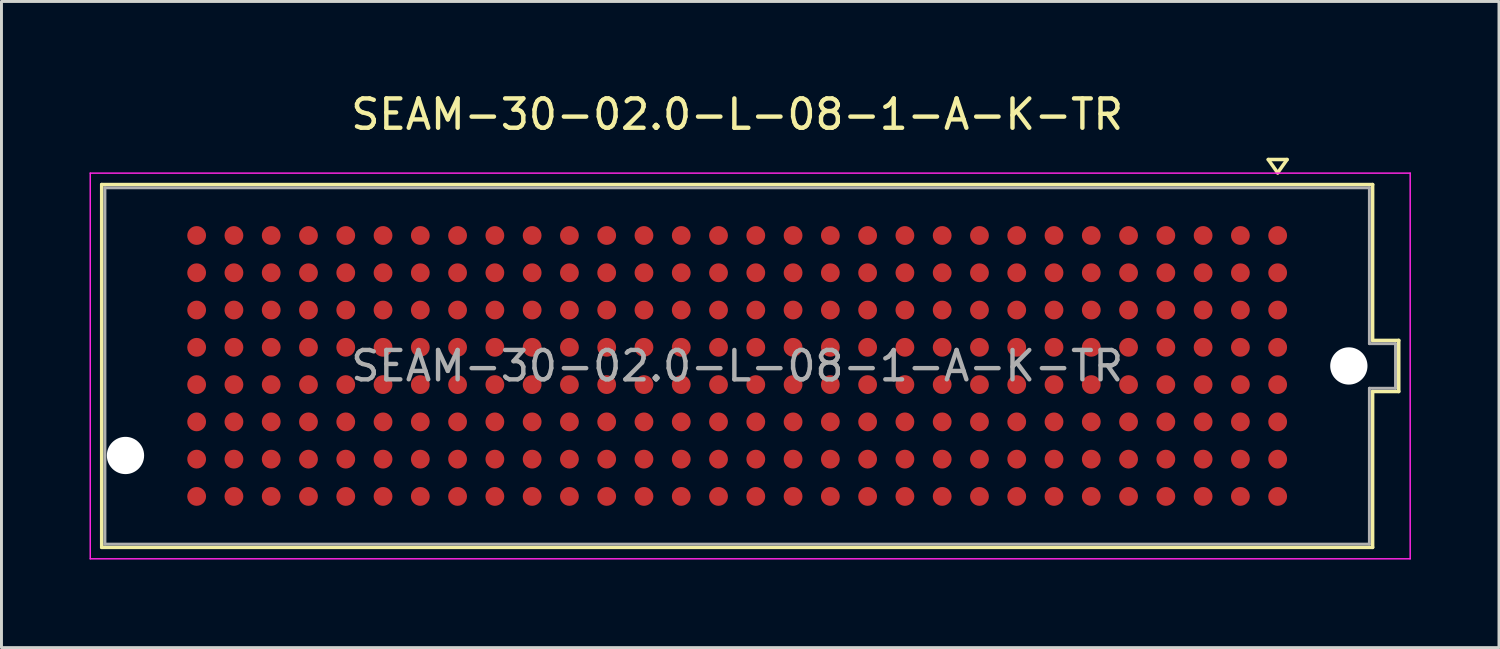
<source format=kicad_pcb>
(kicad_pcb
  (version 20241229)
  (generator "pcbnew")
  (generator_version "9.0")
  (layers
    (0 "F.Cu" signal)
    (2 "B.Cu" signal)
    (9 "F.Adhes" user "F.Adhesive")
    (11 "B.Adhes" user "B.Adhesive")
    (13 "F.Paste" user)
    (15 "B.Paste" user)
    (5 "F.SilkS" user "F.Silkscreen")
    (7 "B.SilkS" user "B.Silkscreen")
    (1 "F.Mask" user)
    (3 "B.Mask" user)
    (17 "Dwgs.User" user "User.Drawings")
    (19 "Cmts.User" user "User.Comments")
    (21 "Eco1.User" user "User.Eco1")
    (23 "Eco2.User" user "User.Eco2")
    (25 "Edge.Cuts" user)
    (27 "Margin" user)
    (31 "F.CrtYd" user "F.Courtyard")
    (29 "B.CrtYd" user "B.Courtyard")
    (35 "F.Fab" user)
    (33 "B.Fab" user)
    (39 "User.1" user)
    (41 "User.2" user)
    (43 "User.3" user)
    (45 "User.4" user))
  (footprint "SEAM-30-02.0-L-08-1-A-K-TR"
    (layer "F.Cu")
    (at 22.065 9.418)
    (property "Reference" "SEAM-30-02.0-L-08-1-A-K-TR" (at 0 -8.57 0) (layer "F.SilkS") (effects (font (size 1 1) (thickness 0.15))))
    (attr smd)
    (fp_line (start -21.65 -6.18) (end 21.65 -6.18) (stroke (width 0.12) (type solid)) (layer "F.SilkS"))
    (fp_line (start -21.65 6.18) (end -21.65 -6.18) (stroke (width 0.12) (type solid)) (layer "F.SilkS"))
    (fp_line (start 18.095 -7.033) (end 18.735 -7.033) (stroke (width 0.12) (type solid)) (layer "F.SilkS"))
    (fp_line (start 18.415 -6.58) (end 18.095 -7.033) (stroke (width 0.12) (type solid)) (layer "F.SilkS"))
    (fp_line (start 18.735 -7.033) (end 18.415 -6.58) (stroke (width 0.12) (type solid)) (layer "F.SilkS"))
    (fp_line (start 21.65 -6.18) (end 21.65 -0.87) (stroke (width 0.12) (type solid)) (layer "F.SilkS"))
    (fp_line (start 21.65 -0.87) (end 22.54 -0.87) (stroke (width 0.12) (type solid)) (layer "F.SilkS"))
    (fp_line (start 21.65 0.87) (end 21.65 6.18) (stroke (width 0.12) (type solid)) (layer "F.SilkS"))
    (fp_line (start 21.65 6.18) (end -21.65 6.18) (stroke (width 0.12) (type solid)) (layer "F.SilkS"))
    (fp_line (start 22.54 -0.87) (end 22.54 0.87) (stroke (width 0.12) (type solid)) (layer "F.SilkS"))
    (fp_line (start 22.54 0.87) (end 21.65 0.87) (stroke (width 0.12) (type solid)) (layer "F.SilkS"))
    (fp_line (start -22.04 -6.57) (end -22.04 6.57) (stroke (width 0.05) (type solid)) (layer "F.CrtYd"))
    (fp_line (start -22.04 6.57) (end 22.93 6.57) (stroke (width 0.05) (type solid)) (layer "F.CrtYd"))
    (fp_line (start 22.93 -6.57) (end -22.04 -6.57) (stroke (width 0.05) (type solid)) (layer "F.CrtYd"))
    (fp_line (start 22.93 6.57) (end 22.93 -6.57) (stroke (width 0.05) (type solid)) (layer "F.CrtYd"))
    (fp_line (start -21.54 -6.07) (end 21.54 -6.07) (stroke (width 0.1) (type solid)) (layer "F.Fab"))
    (fp_line (start -21.54 6.07) (end -21.54 -6.07) (stroke (width 0.1) (type solid)) (layer "F.Fab"))
    (fp_line (start 21.54 -6.07) (end 21.54 -0.76) (stroke (width 0.1) (type solid)) (layer "F.Fab"))
    (fp_line (start 21.54 -0.76) (end 22.43 -0.76) (stroke (width 0.1) (type solid)) (layer "F.Fab"))
    (fp_line (start 21.54 0.76) (end 21.54 6.07) (stroke (width 0.1) (type solid)) (layer "F.Fab"))
    (fp_line (start 21.54 6.07) (end -21.54 6.07) (stroke (width 0.1) (type solid)) (layer "F.Fab"))
    (fp_line (start 22.43 -0.76) (end 22.43 0.76) (stroke (width 0.1) (type solid)) (layer "F.Fab"))
    (fp_line (start 22.43 0.76) (end 21.54 0.76) (stroke (width 0.1) (type solid)) (layer "F.Fab"))
    (fp_text user "${REFERENCE}" (at 0 0 0) (layer "F.Fab") (effects (font (size 1 1) (thickness 0.15))))
    (pad "" np_thru_hole circle (at -20.84 3.05) (size 1.27 1.27) (drill 1.27) (layers "*.Cu" "*.Mask"))
    (pad "" np_thru_hole circle (at 20.84 0) (size 1.27 1.27) (drill 1.27) (layers "*.Cu" "*.Mask"))
    (pad "A1" smd circle (at 18.415 -4.445) (size 0.64 0.64) (layers "F.Cu" "F.Mask" "F.Paste"))
    (pad "A2" smd circle (at 17.145 -4.445) (size 0.64 0.64) (layers "F.Cu" "F.Mask" "F.Paste"))
    (pad "A3" smd circle (at 15.875 -4.445) (size 0.64 0.64) (layers "F.Cu" "F.Mask" "F.Paste"))
    (pad "A4" smd circle (at 14.605 -4.445) (size 0.64 0.64) (layers "F.Cu" "F.Mask" "F.Paste"))
    (pad "A5" smd circle (at 13.335 -4.445) (size 0.64 0.64) (layers "F.Cu" "F.Mask" "F.Paste"))
    (pad "A6" smd circle (at 12.065 -4.445) (size 0.64 0.64) (layers "F.Cu" "F.Mask" "F.Paste"))
    (pad "A7" smd circle (at 10.795 -4.445) (size 0.64 0.64) (layers "F.Cu" "F.Mask" "F.Paste"))
    (pad "A8" smd circle (at 9.525 -4.445) (size 0.64 0.64) (layers "F.Cu" "F.Mask" "F.Paste"))
    (pad "A9" smd circle (at 8.255 -4.445) (size 0.64 0.64) (layers "F.Cu" "F.Mask" "F.Paste"))
    (pad "A10" smd circle (at 6.985 -4.445) (size 0.64 0.64) (layers "F.Cu" "F.Mask" "F.Paste"))
    (pad "A11" smd circle (at 5.715 -4.445) (size 0.64 0.64) (layers "F.Cu" "F.Mask" "F.Paste"))
    (pad "A12" smd circle (at 4.445 -4.445) (size 0.64 0.64) (layers "F.Cu" "F.Mask" "F.Paste"))
    (pad "A13" smd circle (at 3.175 -4.445) (size 0.64 0.64) (layers "F.Cu" "F.Mask" "F.Paste"))
    (pad "A14" smd circle (at 1.905 -4.445) (size 0.64 0.64) (layers "F.Cu" "F.Mask" "F.Paste"))
    (pad "A15" smd circle (at 0.635 -4.445) (size 0.64 0.64) (layers "F.Cu" "F.Mask" "F.Paste"))
    (pad "A16" smd circle (at -0.635 -4.445) (size 0.64 0.64) (layers "F.Cu" "F.Mask" "F.Paste"))
    (pad "A17" smd circle (at -1.905 -4.445) (size 0.64 0.64) (layers "F.Cu" "F.Mask" "F.Paste"))
    (pad "A18" smd circle (at -3.175 -4.445) (size 0.64 0.64) (layers "F.Cu" "F.Mask" "F.Paste"))
    (pad "A19" smd circle (at -4.445 -4.445) (size 0.64 0.64) (layers "F.Cu" "F.Mask" "F.Paste"))
    (pad "A20" smd circle (at -5.715 -4.445) (size 0.64 0.64) (layers "F.Cu" "F.Mask" "F.Paste"))
    (pad "A21" smd circle (at -6.985 -4.445) (size 0.64 0.64) (layers "F.Cu" "F.Mask" "F.Paste"))
    (pad "A22" smd circle (at -8.255 -4.445) (size 0.64 0.64) (layers "F.Cu" "F.Mask" "F.Paste"))
    (pad "A23" smd circle (at -9.525 -4.445) (size 0.64 0.64) (layers "F.Cu" "F.Mask" "F.Paste"))
    (pad "A24" smd circle (at -10.795 -4.445) (size 0.64 0.64) (layers "F.Cu" "F.Mask" "F.Paste"))
    (pad "A25" smd circle (at -12.065 -4.445) (size 0.64 0.64) (layers "F.Cu" "F.Mask" "F.Paste"))
    (pad "A26" smd circle (at -13.335 -4.445) (size 0.64 0.64) (layers "F.Cu" "F.Mask" "F.Paste"))
    (pad "A27" smd circle (at -14.605 -4.445) (size 0.64 0.64) (layers "F.Cu" "F.Mask" "F.Paste"))
    (pad "A28" smd circle (at -15.875 -4.445) (size 0.64 0.64) (layers "F.Cu" "F.Mask" "F.Paste"))
    (pad "A29" smd circle (at -17.145 -4.445) (size 0.64 0.64) (layers "F.Cu" "F.Mask" "F.Paste"))
    (pad "A30" smd circle (at -18.415 -4.445) (size 0.64 0.64) (layers "F.Cu" "F.Mask" "F.Paste"))
    (pad "B1" smd circle (at 18.415 -3.175) (size 0.64 0.64) (layers "F.Cu" "F.Mask" "F.Paste"))
    (pad "B2" smd circle (at 17.145 -3.175) (size 0.64 0.64) (layers "F.Cu" "F.Mask" "F.Paste"))
    (pad "B3" smd circle (at 15.875 -3.175) (size 0.64 0.64) (layers "F.Cu" "F.Mask" "F.Paste"))
    (pad "B4" smd circle (at 14.605 -3.175) (size 0.64 0.64) (layers "F.Cu" "F.Mask" "F.Paste"))
    (pad "B5" smd circle (at 13.335 -3.175) (size 0.64 0.64) (layers "F.Cu" "F.Mask" "F.Paste"))
    (pad "B6" smd circle (at 12.065 -3.175) (size 0.64 0.64) (layers "F.Cu" "F.Mask" "F.Paste"))
    (pad "B7" smd circle (at 10.795 -3.175) (size 0.64 0.64) (layers "F.Cu" "F.Mask" "F.Paste"))
    (pad "B8" smd circle (at 9.525 -3.175) (size 0.64 0.64) (layers "F.Cu" "F.Mask" "F.Paste"))
    (pad "B9" smd circle (at 8.255 -3.175) (size 0.64 0.64) (layers "F.Cu" "F.Mask" "F.Paste"))
    (pad "B10" smd circle (at 6.985 -3.175) (size 0.64 0.64) (layers "F.Cu" "F.Mask" "F.Paste"))
    (pad "B11" smd circle (at 5.715 -3.175) (size 0.64 0.64) (layers "F.Cu" "F.Mask" "F.Paste"))
    (pad "B12" smd circle (at 4.445 -3.175) (size 0.64 0.64) (layers "F.Cu" "F.Mask" "F.Paste"))
    (pad "B13" smd circle (at 3.175 -3.175) (size 0.64 0.64) (layers "F.Cu" "F.Mask" "F.Paste"))
    (pad "B14" smd circle (at 1.905 -3.175) (size 0.64 0.64) (layers "F.Cu" "F.Mask" "F.Paste"))
    (pad "B15" smd circle (at 0.635 -3.175) (size 0.64 0.64) (layers "F.Cu" "F.Mask" "F.Paste"))
    (pad "B16" smd circle (at -0.635 -3.175) (size 0.64 0.64) (layers "F.Cu" "F.Mask" "F.Paste"))
    (pad "B17" smd circle (at -1.905 -3.175) (size 0.64 0.64) (layers "F.Cu" "F.Mask" "F.Paste"))
    (pad "B18" smd circle (at -3.175 -3.175) (size 0.64 0.64) (layers "F.Cu" "F.Mask" "F.Paste"))
    (pad "B19" smd circle (at -4.445 -3.175) (size 0.64 0.64) (layers "F.Cu" "F.Mask" "F.Paste"))
    (pad "B20" smd circle (at -5.715 -3.175) (size 0.64 0.64) (layers "F.Cu" "F.Mask" "F.Paste"))
    (pad "B21" smd circle (at -6.985 -3.175) (size 0.64 0.64) (layers "F.Cu" "F.Mask" "F.Paste"))
    (pad "B22" smd circle (at -8.255 -3.175) (size 0.64 0.64) (layers "F.Cu" "F.Mask" "F.Paste"))
    (pad "B23" smd circle (at -9.525 -3.175) (size 0.64 0.64) (layers "F.Cu" "F.Mask" "F.Paste"))
    (pad "B24" smd circle (at -10.795 -3.175) (size 0.64 0.64) (layers "F.Cu" "F.Mask" "F.Paste"))
    (pad "B25" smd circle (at -12.065 -3.175) (size 0.64 0.64) (layers "F.Cu" "F.Mask" "F.Paste"))
    (pad "B26" smd circle (at -13.335 -3.175) (size 0.64 0.64) (layers "F.Cu" "F.Mask" "F.Paste"))
    (pad "B27" smd circle (at -14.605 -3.175) (size 0.64 0.64) (layers "F.Cu" "F.Mask" "F.Paste"))
    (pad "B28" smd circle (at -15.875 -3.175) (size 0.64 0.64) (layers "F.Cu" "F.Mask" "F.Paste"))
    (pad "B29" smd circle (at -17.145 -3.175) (size 0.64 0.64) (layers "F.Cu" "F.Mask" "F.Paste"))
    (pad "B30" smd circle (at -18.415 -3.175) (size 0.64 0.64) (layers "F.Cu" "F.Mask" "F.Paste"))
    (pad "C1" smd circle (at 18.415 -1.905) (size 0.64 0.64) (layers "F.Cu" "F.Mask" "F.Paste"))
    (pad "C2" smd circle (at 17.145 -1.905) (size 0.64 0.64) (layers "F.Cu" "F.Mask" "F.Paste"))
    (pad "C3" smd circle (at 15.875 -1.905) (size 0.64 0.64) (layers "F.Cu" "F.Mask" "F.Paste"))
    (pad "C4" smd circle (at 14.605 -1.905) (size 0.64 0.64) (layers "F.Cu" "F.Mask" "F.Paste"))
    (pad "C5" smd circle (at 13.335 -1.905) (size 0.64 0.64) (layers "F.Cu" "F.Mask" "F.Paste"))
    (pad "C6" smd circle (at 12.065 -1.905) (size 0.64 0.64) (layers "F.Cu" "F.Mask" "F.Paste"))
    (pad "C7" smd circle (at 10.795 -1.905) (size 0.64 0.64) (layers "F.Cu" "F.Mask" "F.Paste"))
    (pad "C8" smd circle (at 9.525 -1.905) (size 0.64 0.64) (layers "F.Cu" "F.Mask" "F.Paste"))
    (pad "C9" smd circle (at 8.255 -1.905) (size 0.64 0.64) (layers "F.Cu" "F.Mask" "F.Paste"))
    (pad "C10" smd circle (at 6.985 -1.905) (size 0.64 0.64) (layers "F.Cu" "F.Mask" "F.Paste"))
    (pad "C11" smd circle (at 5.715 -1.905) (size 0.64 0.64) (layers "F.Cu" "F.Mask" "F.Paste"))
    (pad "C12" smd circle (at 4.445 -1.905) (size 0.64 0.64) (layers "F.Cu" "F.Mask" "F.Paste"))
    (pad "C13" smd circle (at 3.175 -1.905) (size 0.64 0.64) (layers "F.Cu" "F.Mask" "F.Paste"))
    (pad "C14" smd circle (at 1.905 -1.905) (size 0.64 0.64) (layers "F.Cu" "F.Mask" "F.Paste"))
    (pad "C15" smd circle (at 0.635 -1.905) (size 0.64 0.64) (layers "F.Cu" "F.Mask" "F.Paste"))
    (pad "C16" smd circle (at -0.635 -1.905) (size 0.64 0.64) (layers "F.Cu" "F.Mask" "F.Paste"))
    (pad "C17" smd circle (at -1.905 -1.905) (size 0.64 0.64) (layers "F.Cu" "F.Mask" "F.Paste"))
    (pad "C18" smd circle (at -3.175 -1.905) (size 0.64 0.64) (layers "F.Cu" "F.Mask" "F.Paste"))
    (pad "C19" smd circle (at -4.445 -1.905) (size 0.64 0.64) (layers "F.Cu" "F.Mask" "F.Paste"))
    (pad "C20" smd circle (at -5.715 -1.905) (size 0.64 0.64) (layers "F.Cu" "F.Mask" "F.Paste"))
    (pad "C21" smd circle (at -6.985 -1.905) (size 0.64 0.64) (layers "F.Cu" "F.Mask" "F.Paste"))
    (pad "C22" smd circle (at -8.255 -1.905) (size 0.64 0.64) (layers "F.Cu" "F.Mask" "F.Paste"))
    (pad "C23" smd circle (at -9.525 -1.905) (size 0.64 0.64) (layers "F.Cu" "F.Mask" "F.Paste"))
    (pad "C24" smd circle (at -10.795 -1.905) (size 0.64 0.64) (layers "F.Cu" "F.Mask" "F.Paste"))
    (pad "C25" smd circle (at -12.065 -1.905) (size 0.64 0.64) (layers "F.Cu" "F.Mask" "F.Paste"))
    (pad "C26" smd circle (at -13.335 -1.905) (size 0.64 0.64) (layers "F.Cu" "F.Mask" "F.Paste"))
    (pad "C27" smd circle (at -14.605 -1.905) (size 0.64 0.64) (layers "F.Cu" "F.Mask" "F.Paste"))
    (pad "C28" smd circle (at -15.875 -1.905) (size 0.64 0.64) (layers "F.Cu" "F.Mask" "F.Paste"))
    (pad "C29" smd circle (at -17.145 -1.905) (size 0.64 0.64) (layers "F.Cu" "F.Mask" "F.Paste"))
    (pad "C30" smd circle (at -18.415 -1.905) (size 0.64 0.64) (layers "F.Cu" "F.Mask" "F.Paste"))
    (pad "D1" smd circle (at 18.415 -0.635) (size 0.64 0.64) (layers "F.Cu" "F.Mask" "F.Paste"))
    (pad "D2" smd circle (at 17.145 -0.635) (size 0.64 0.64) (layers "F.Cu" "F.Mask" "F.Paste"))
    (pad "D3" smd circle (at 15.875 -0.635) (size 0.64 0.64) (layers "F.Cu" "F.Mask" "F.Paste"))
    (pad "D4" smd circle (at 14.605 -0.635) (size 0.64 0.64) (layers "F.Cu" "F.Mask" "F.Paste"))
    (pad "D5" smd circle (at 13.335 -0.635) (size 0.64 0.64) (layers "F.Cu" "F.Mask" "F.Paste"))
    (pad "D6" smd circle (at 12.065 -0.635) (size 0.64 0.64) (layers "F.Cu" "F.Mask" "F.Paste"))
    (pad "D7" smd circle (at 10.795 -0.635) (size 0.64 0.64) (layers "F.Cu" "F.Mask" "F.Paste"))
    (pad "D8" smd circle (at 9.525 -0.635) (size 0.64 0.64) (layers "F.Cu" "F.Mask" "F.Paste"))
    (pad "D9" smd circle (at 8.255 -0.635) (size 0.64 0.64) (layers "F.Cu" "F.Mask" "F.Paste"))
    (pad "D10" smd circle (at 6.985 -0.635) (size 0.64 0.64) (layers "F.Cu" "F.Mask" "F.Paste"))
    (pad "D11" smd circle (at 5.715 -0.635) (size 0.64 0.64) (layers "F.Cu" "F.Mask" "F.Paste"))
    (pad "D12" smd circle (at 4.445 -0.635) (size 0.64 0.64) (layers "F.Cu" "F.Mask" "F.Paste"))
    (pad "D13" smd circle (at 3.175 -0.635) (size 0.64 0.64) (layers "F.Cu" "F.Mask" "F.Paste"))
    (pad "D14" smd circle (at 1.905 -0.635) (size 0.64 0.64) (layers "F.Cu" "F.Mask" "F.Paste"))
    (pad "D15" smd circle (at 0.635 -0.635) (size 0.64 0.64) (layers "F.Cu" "F.Mask" "F.Paste"))
    (pad "D16" smd circle (at -0.635 -0.635) (size 0.64 0.64) (layers "F.Cu" "F.Mask" "F.Paste"))
    (pad "D17" smd circle (at -1.905 -0.635) (size 0.64 0.64) (layers "F.Cu" "F.Mask" "F.Paste"))
    (pad "D18" smd circle (at -3.175 -0.635) (size 0.64 0.64) (layers "F.Cu" "F.Mask" "F.Paste"))
    (pad "D19" smd circle (at -4.445 -0.635) (size 0.64 0.64) (layers "F.Cu" "F.Mask" "F.Paste"))
    (pad "D20" smd circle (at -5.715 -0.635) (size 0.64 0.64) (layers "F.Cu" "F.Mask" "F.Paste"))
    (pad "D21" smd circle (at -6.985 -0.635) (size 0.64 0.64) (layers "F.Cu" "F.Mask" "F.Paste"))
    (pad "D22" smd circle (at -8.255 -0.635) (size 0.64 0.64) (layers "F.Cu" "F.Mask" "F.Paste"))
    (pad "D23" smd circle (at -9.525 -0.635) (size 0.64 0.64) (layers "F.Cu" "F.Mask" "F.Paste"))
    (pad "D24" smd circle (at -10.795 -0.635) (size 0.64 0.64) (layers "F.Cu" "F.Mask" "F.Paste"))
    (pad "D25" smd circle (at -12.065 -0.635) (size 0.64 0.64) (layers "F.Cu" "F.Mask" "F.Paste"))
    (pad "D26" smd circle (at -13.335 -0.635) (size 0.64 0.64) (layers "F.Cu" "F.Mask" "F.Paste"))
    (pad "D27" smd circle (at -14.605 -0.635) (size 0.64 0.64) (layers "F.Cu" "F.Mask" "F.Paste"))
    (pad "D28" smd circle (at -15.875 -0.635) (size 0.64 0.64) (layers "F.Cu" "F.Mask" "F.Paste"))
    (pad "D29" smd circle (at -17.145 -0.635) (size 0.64 0.64) (layers "F.Cu" "F.Mask" "F.Paste"))
    (pad "D30" smd circle (at -18.415 -0.635) (size 0.64 0.64) (layers "F.Cu" "F.Mask" "F.Paste"))
    (pad "E1" smd circle (at 18.415 0.635) (size 0.64 0.64) (layers "F.Cu" "F.Mask" "F.Paste"))
    (pad "E2" smd circle (at 17.145 0.635) (size 0.64 0.64) (layers "F.Cu" "F.Mask" "F.Paste"))
    (pad "E3" smd circle (at 15.875 0.635) (size 0.64 0.64) (layers "F.Cu" "F.Mask" "F.Paste"))
    (pad "E4" smd circle (at 14.605 0.635) (size 0.64 0.64) (layers "F.Cu" "F.Mask" "F.Paste"))
    (pad "E5" smd circle (at 13.335 0.635) (size 0.64 0.64) (layers "F.Cu" "F.Mask" "F.Paste"))
    (pad "E6" smd circle (at 12.065 0.635) (size 0.64 0.64) (layers "F.Cu" "F.Mask" "F.Paste"))
    (pad "E7" smd circle (at 10.795 0.635) (size 0.64 0.64) (layers "F.Cu" "F.Mask" "F.Paste"))
    (pad "E8" smd circle (at 9.525 0.635) (size 0.64 0.64) (layers "F.Cu" "F.Mask" "F.Paste"))
    (pad "E9" smd circle (at 8.255 0.635) (size 0.64 0.64) (layers "F.Cu" "F.Mask" "F.Paste"))
    (pad "E10" smd circle (at 6.985 0.635) (size 0.64 0.64) (layers "F.Cu" "F.Mask" "F.Paste"))
    (pad "E11" smd circle (at 5.715 0.635) (size 0.64 0.64) (layers "F.Cu" "F.Mask" "F.Paste"))
    (pad "E12" smd circle (at 4.445 0.635) (size 0.64 0.64) (layers "F.Cu" "F.Mask" "F.Paste"))
    (pad "E13" smd circle (at 3.175 0.635) (size 0.64 0.64) (layers "F.Cu" "F.Mask" "F.Paste"))
    (pad "E14" smd circle (at 1.905 0.635) (size 0.64 0.64) (layers "F.Cu" "F.Mask" "F.Paste"))
    (pad "E15" smd circle (at 0.635 0.635) (size 0.64 0.64) (layers "F.Cu" "F.Mask" "F.Paste"))
    (pad "E16" smd circle (at -0.635 0.635) (size 0.64 0.64) (layers "F.Cu" "F.Mask" "F.Paste"))
    (pad "E17" smd circle (at -1.905 0.635) (size 0.64 0.64) (layers "F.Cu" "F.Mask" "F.Paste"))
    (pad "E18" smd circle (at -3.175 0.635) (size 0.64 0.64) (layers "F.Cu" "F.Mask" "F.Paste"))
    (pad "E19" smd circle (at -4.445 0.635) (size 0.64 0.64) (layers "F.Cu" "F.Mask" "F.Paste"))
    (pad "E20" smd circle (at -5.715 0.635) (size 0.64 0.64) (layers "F.Cu" "F.Mask" "F.Paste"))
    (pad "E21" smd circle (at -6.985 0.635) (size 0.64 0.64) (layers "F.Cu" "F.Mask" "F.Paste"))
    (pad "E22" smd circle (at -8.255 0.635) (size 0.64 0.64) (layers "F.Cu" "F.Mask" "F.Paste"))
    (pad "E23" smd circle (at -9.525 0.635) (size 0.64 0.64) (layers "F.Cu" "F.Mask" "F.Paste"))
    (pad "E24" smd circle (at -10.795 0.635) (size 0.64 0.64) (layers "F.Cu" "F.Mask" "F.Paste"))
    (pad "E25" smd circle (at -12.065 0.635) (size 0.64 0.64) (layers "F.Cu" "F.Mask" "F.Paste"))
    (pad "E26" smd circle (at -13.335 0.635) (size 0.64 0.64) (layers "F.Cu" "F.Mask" "F.Paste"))
    (pad "E27" smd circle (at -14.605 0.635) (size 0.64 0.64) (layers "F.Cu" "F.Mask" "F.Paste"))
    (pad "E28" smd circle (at -15.875 0.635) (size 0.64 0.64) (layers "F.Cu" "F.Mask" "F.Paste"))
    (pad "E29" smd circle (at -17.145 0.635) (size 0.64 0.64) (layers "F.Cu" "F.Mask" "F.Paste"))
    (pad "E30" smd circle (at -18.415 0.635) (size 0.64 0.64) (layers "F.Cu" "F.Mask" "F.Paste"))
    (pad "F1" smd circle (at 18.415 1.905) (size 0.64 0.64) (layers "F.Cu" "F.Mask" "F.Paste"))
    (pad "F2" smd circle (at 17.145 1.905) (size 0.64 0.64) (layers "F.Cu" "F.Mask" "F.Paste"))
    (pad "F3" smd circle (at 15.875 1.905) (size 0.64 0.64) (layers "F.Cu" "F.Mask" "F.Paste"))
    (pad "F4" smd circle (at 14.605 1.905) (size 0.64 0.64) (layers "F.Cu" "F.Mask" "F.Paste"))
    (pad "F5" smd circle (at 13.335 1.905) (size 0.64 0.64) (layers "F.Cu" "F.Mask" "F.Paste"))
    (pad "F6" smd circle (at 12.065 1.905) (size 0.64 0.64) (layers "F.Cu" "F.Mask" "F.Paste"))
    (pad "F7" smd circle (at 10.795 1.905) (size 0.64 0.64) (layers "F.Cu" "F.Mask" "F.Paste"))
    (pad "F8" smd circle (at 9.525 1.905) (size 0.64 0.64) (layers "F.Cu" "F.Mask" "F.Paste"))
    (pad "F9" smd circle (at 8.255 1.905) (size 0.64 0.64) (layers "F.Cu" "F.Mask" "F.Paste"))
    (pad "F10" smd circle (at 6.985 1.905) (size 0.64 0.64) (layers "F.Cu" "F.Mask" "F.Paste"))
    (pad "F11" smd circle (at 5.715 1.905) (size 0.64 0.64) (layers "F.Cu" "F.Mask" "F.Paste"))
    (pad "F12" smd circle (at 4.445 1.905) (size 0.64 0.64) (layers "F.Cu" "F.Mask" "F.Paste"))
    (pad "F13" smd circle (at 3.175 1.905) (size 0.64 0.64) (layers "F.Cu" "F.Mask" "F.Paste"))
    (pad "F14" smd circle (at 1.905 1.905) (size 0.64 0.64) (layers "F.Cu" "F.Mask" "F.Paste"))
    (pad "F15" smd circle (at 0.635 1.905) (size 0.64 0.64) (layers "F.Cu" "F.Mask" "F.Paste"))
    (pad "F16" smd circle (at -0.635 1.905) (size 0.64 0.64) (layers "F.Cu" "F.Mask" "F.Paste"))
    (pad "F17" smd circle (at -1.905 1.905) (size 0.64 0.64) (layers "F.Cu" "F.Mask" "F.Paste"))
    (pad "F18" smd circle (at -3.175 1.905) (size 0.64 0.64) (layers "F.Cu" "F.Mask" "F.Paste"))
    (pad "F19" smd circle (at -4.445 1.905) (size 0.64 0.64) (layers "F.Cu" "F.Mask" "F.Paste"))
    (pad "F20" smd circle (at -5.715 1.905) (size 0.64 0.64) (layers "F.Cu" "F.Mask" "F.Paste"))
    (pad "F21" smd circle (at -6.985 1.905) (size 0.64 0.64) (layers "F.Cu" "F.Mask" "F.Paste"))
    (pad "F22" smd circle (at -8.255 1.905) (size 0.64 0.64) (layers "F.Cu" "F.Mask" "F.Paste"))
    (pad "F23" smd circle (at -9.525 1.905) (size 0.64 0.64) (layers "F.Cu" "F.Mask" "F.Paste"))
    (pad "F24" smd circle (at -10.795 1.905) (size 0.64 0.64) (layers "F.Cu" "F.Mask" "F.Paste"))
    (pad "F25" smd circle (at -12.065 1.905) (size 0.64 0.64) (layers "F.Cu" "F.Mask" "F.Paste"))
    (pad "F26" smd circle (at -13.335 1.905) (size 0.64 0.64) (layers "F.Cu" "F.Mask" "F.Paste"))
    (pad "F27" smd circle (at -14.605 1.905) (size 0.64 0.64) (layers "F.Cu" "F.Mask" "F.Paste"))
    (pad "F28" smd circle (at -15.875 1.905) (size 0.64 0.64) (layers "F.Cu" "F.Mask" "F.Paste"))
    (pad "F29" smd circle (at -17.145 1.905) (size 0.64 0.64) (layers "F.Cu" "F.Mask" "F.Paste"))
    (pad "F30" smd circle (at -18.415 1.905) (size 0.64 0.64) (layers "F.Cu" "F.Mask" "F.Paste"))
    (pad "G1" smd circle (at 18.415 3.175) (size 0.64 0.64) (layers "F.Cu" "F.Mask" "F.Paste"))
    (pad "G2" smd circle (at 17.145 3.175) (size 0.64 0.64) (layers "F.Cu" "F.Mask" "F.Paste"))
    (pad "G3" smd circle (at 15.875 3.175) (size 0.64 0.64) (layers "F.Cu" "F.Mask" "F.Paste"))
    (pad "G4" smd circle (at 14.605 3.175) (size 0.64 0.64) (layers "F.Cu" "F.Mask" "F.Paste"))
    (pad "G5" smd circle (at 13.335 3.175) (size 0.64 0.64) (layers "F.Cu" "F.Mask" "F.Paste"))
    (pad "G6" smd circle (at 12.065 3.175) (size 0.64 0.64) (layers "F.Cu" "F.Mask" "F.Paste"))
    (pad "G7" smd circle (at 10.795 3.175) (size 0.64 0.64) (layers "F.Cu" "F.Mask" "F.Paste"))
    (pad "G8" smd circle (at 9.525 3.175) (size 0.64 0.64) (layers "F.Cu" "F.Mask" "F.Paste"))
    (pad "G9" smd circle (at 8.255 3.175) (size 0.64 0.64) (layers "F.Cu" "F.Mask" "F.Paste"))
    (pad "G10" smd circle (at 6.985 3.175) (size 0.64 0.64) (layers "F.Cu" "F.Mask" "F.Paste"))
    (pad "G11" smd circle (at 5.715 3.175) (size 0.64 0.64) (layers "F.Cu" "F.Mask" "F.Paste"))
    (pad "G12" smd circle (at 4.445 3.175) (size 0.64 0.64) (layers "F.Cu" "F.Mask" "F.Paste"))
    (pad "G13" smd circle (at 3.175 3.175) (size 0.64 0.64) (layers "F.Cu" "F.Mask" "F.Paste"))
    (pad "G14" smd circle (at 1.905 3.175) (size 0.64 0.64) (layers "F.Cu" "F.Mask" "F.Paste"))
    (pad "G15" smd circle (at 0.635 3.175) (size 0.64 0.64) (layers "F.Cu" "F.Mask" "F.Paste"))
    (pad "G16" smd circle (at -0.635 3.175) (size 0.64 0.64) (layers "F.Cu" "F.Mask" "F.Paste"))
    (pad "G17" smd circle (at -1.905 3.175) (size 0.64 0.64) (layers "F.Cu" "F.Mask" "F.Paste"))
    (pad "G18" smd circle (at -3.175 3.175) (size 0.64 0.64) (layers "F.Cu" "F.Mask" "F.Paste"))
    (pad "G19" smd circle (at -4.445 3.175) (size 0.64 0.64) (layers "F.Cu" "F.Mask" "F.Paste"))
    (pad "G20" smd circle (at -5.715 3.175) (size 0.64 0.64) (layers "F.Cu" "F.Mask" "F.Paste"))
    (pad "G21" smd circle (at -6.985 3.175) (size 0.64 0.64) (layers "F.Cu" "F.Mask" "F.Paste"))
    (pad "G22" smd circle (at -8.255 3.175) (size 0.64 0.64) (layers "F.Cu" "F.Mask" "F.Paste"))
    (pad "G23" smd circle (at -9.525 3.175) (size 0.64 0.64) (layers "F.Cu" "F.Mask" "F.Paste"))
    (pad "G24" smd circle (at -10.795 3.175) (size 0.64 0.64) (layers "F.Cu" "F.Mask" "F.Paste"))
    (pad "G25" smd circle (at -12.065 3.175) (size 0.64 0.64) (layers "F.Cu" "F.Mask" "F.Paste"))
    (pad "G26" smd circle (at -13.335 3.175) (size 0.64 0.64) (layers "F.Cu" "F.Mask" "F.Paste"))
    (pad "G27" smd circle (at -14.605 3.175) (size 0.64 0.64) (layers "F.Cu" "F.Mask" "F.Paste"))
    (pad "G28" smd circle (at -15.875 3.175) (size 0.64 0.64) (layers "F.Cu" "F.Mask" "F.Paste"))
    (pad "G29" smd circle (at -17.145 3.175) (size 0.64 0.64) (layers "F.Cu" "F.Mask" "F.Paste"))
    (pad "G30" smd circle (at -18.415 3.175) (size 0.64 0.64) (layers "F.Cu" "F.Mask" "F.Paste"))
    (pad "H1" smd circle (at 18.415 4.445) (size 0.64 0.64) (layers "F.Cu" "F.Mask" "F.Paste"))
    (pad "H2" smd circle (at 17.145 4.445) (size 0.64 0.64) (layers "F.Cu" "F.Mask" "F.Paste"))
    (pad "H3" smd circle (at 15.875 4.445) (size 0.64 0.64) (layers "F.Cu" "F.Mask" "F.Paste"))
    (pad "H4" smd circle (at 14.605 4.445) (size 0.64 0.64) (layers "F.Cu" "F.Mask" "F.Paste"))
    (pad "H5" smd circle (at 13.335 4.445) (size 0.64 0.64) (layers "F.Cu" "F.Mask" "F.Paste"))
    (pad "H6" smd circle (at 12.065 4.445) (size 0.64 0.64) (layers "F.Cu" "F.Mask" "F.Paste"))
    (pad "H7" smd circle (at 10.795 4.445) (size 0.64 0.64) (layers "F.Cu" "F.Mask" "F.Paste"))
    (pad "H8" smd circle (at 9.525 4.445) (size 0.64 0.64) (layers "F.Cu" "F.Mask" "F.Paste"))
    (pad "H9" smd circle (at 8.255 4.445) (size 0.64 0.64) (layers "F.Cu" "F.Mask" "F.Paste"))
    (pad "H10" smd circle (at 6.985 4.445) (size 0.64 0.64) (layers "F.Cu" "F.Mask" "F.Paste"))
    (pad "H11" smd circle (at 5.715 4.445) (size 0.64 0.64) (layers "F.Cu" "F.Mask" "F.Paste"))
    (pad "H12" smd circle (at 4.445 4.445) (size 0.64 0.64) (layers "F.Cu" "F.Mask" "F.Paste"))
    (pad "H13" smd circle (at 3.175 4.445) (size 0.64 0.64) (layers "F.Cu" "F.Mask" "F.Paste"))
    (pad "H14" smd circle (at 1.905 4.445) (size 0.64 0.64) (layers "F.Cu" "F.Mask" "F.Paste"))
    (pad "H15" smd circle (at 0.635 4.445) (size 0.64 0.64) (layers "F.Cu" "F.Mask" "F.Paste"))
    (pad "H16" smd circle (at -0.635 4.445) (size 0.64 0.64) (layers "F.Cu" "F.Mask" "F.Paste"))
    (pad "H17" smd circle (at -1.905 4.445) (size 0.64 0.64) (layers "F.Cu" "F.Mask" "F.Paste"))
    (pad "H18" smd circle (at -3.175 4.445) (size 0.64 0.64) (layers "F.Cu" "F.Mask" "F.Paste"))
    (pad "H19" smd circle (at -4.445 4.445) (size 0.64 0.64) (layers "F.Cu" "F.Mask" "F.Paste"))
    (pad "H20" smd circle (at -5.715 4.445) (size 0.64 0.64) (layers "F.Cu" "F.Mask" "F.Paste"))
    (pad "H21" smd circle (at -6.985 4.445) (size 0.64 0.64) (layers "F.Cu" "F.Mask" "F.Paste"))
    (pad "H22" smd circle (at -8.255 4.445) (size 0.64 0.64) (layers "F.Cu" "F.Mask" "F.Paste"))
    (pad "H23" smd circle (at -9.525 4.445) (size 0.64 0.64) (layers "F.Cu" "F.Mask" "F.Paste"))
    (pad "H24" smd circle (at -10.795 4.445) (size 0.64 0.64) (layers "F.Cu" "F.Mask" "F.Paste"))
    (pad "H25" smd circle (at -12.065 4.445) (size 0.64 0.64) (layers "F.Cu" "F.Mask" "F.Paste"))
    (pad "H26" smd circle (at -13.335 4.445) (size 0.64 0.64) (layers "F.Cu" "F.Mask" "F.Paste"))
    (pad "H27" smd circle (at -14.605 4.445) (size 0.64 0.64) (layers "F.Cu" "F.Mask" "F.Paste"))
    (pad "H28" smd circle (at -15.875 4.445) (size 0.64 0.64) (layers "F.Cu" "F.Mask" "F.Paste"))
    (pad "H29" smd circle (at -17.145 4.445) (size 0.64 0.64) (layers "F.Cu" "F.Mask" "F.Paste"))
    (pad "H30" smd circle (at -18.415 4.445) (size 0.64 0.64) (layers "F.Cu" "F.Mask" "F.Paste")))
  (gr_rect
    (start -3 -3)
    (end 48.02 19.013)
    (stroke (width 0.1) (type default))
    (fill no)
    (layer "Edge.Cuts")))
</source>
